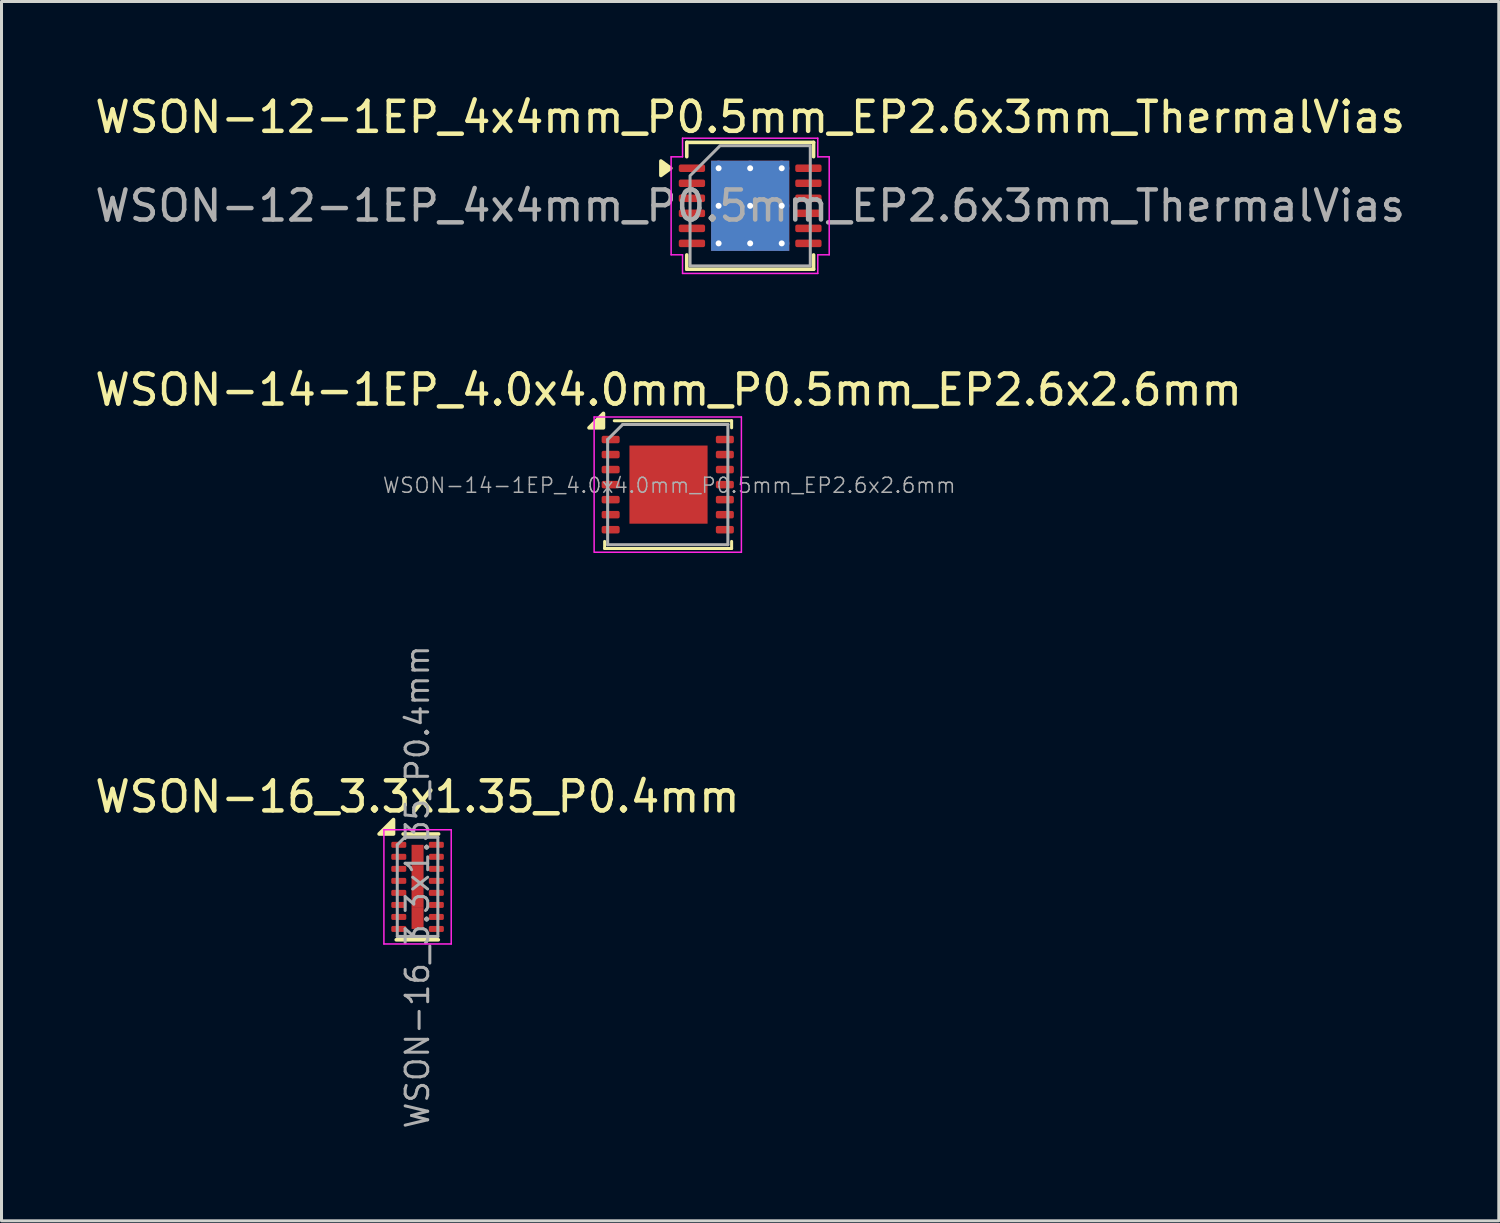
<source format=kicad_pcb>
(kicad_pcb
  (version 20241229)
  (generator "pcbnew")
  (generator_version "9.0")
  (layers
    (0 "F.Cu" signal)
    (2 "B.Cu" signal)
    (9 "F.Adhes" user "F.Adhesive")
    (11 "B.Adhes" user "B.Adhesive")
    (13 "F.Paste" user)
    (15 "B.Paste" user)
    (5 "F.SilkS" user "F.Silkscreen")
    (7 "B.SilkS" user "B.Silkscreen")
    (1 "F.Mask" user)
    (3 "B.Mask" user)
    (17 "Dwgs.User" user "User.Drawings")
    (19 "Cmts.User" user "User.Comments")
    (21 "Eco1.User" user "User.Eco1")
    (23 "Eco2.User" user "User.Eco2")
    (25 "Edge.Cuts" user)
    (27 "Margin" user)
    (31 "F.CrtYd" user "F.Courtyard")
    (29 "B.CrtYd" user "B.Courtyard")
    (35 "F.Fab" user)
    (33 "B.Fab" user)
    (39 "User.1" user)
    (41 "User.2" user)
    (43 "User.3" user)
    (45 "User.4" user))
  (footprint "WSON-14-1EP_4.0x4.0mm_P0.5mm_EP2.6x2.6mm"
    (layer "F.Cu")
    (at 19.169 13.075)
    (property "Reference" "WSON-14-1EP_4.0x4.0mm_P0.5mm_EP2.6x2.6mm" (at 0.027 -3.153 0) (layer "F.SilkS") (effects (font (size 1 1) (thickness 0.15))))
    (attr smd)
    (fp_line (start -2.1 1.89) (end -2.1 2.125) (stroke (width 0.1) (type solid)) (layer "F.SilkS"))
    (fp_line (start 2.125 -2.125) (end -1.78 -2.125) (stroke (width 0.1) (type solid)) (layer "F.SilkS"))
    (fp_line (start 2.125 -2.125) (end 2.125 -1.89) (stroke (width 0.1) (type solid)) (layer "F.SilkS"))
    (fp_line (start 2.125 1.89) (end 2.125 2.125) (stroke (width 0.1) (type solid)) (layer "F.SilkS"))
    (fp_line (start 2.125 2.125) (end -2.1 2.125) (stroke (width 0.1) (type solid)) (layer "F.SilkS"))
    (fp_poly (pts (xy -2.14 -1.89) (xy -2.62 -1.89) (xy -2.14 -2.37) (xy -2.14 -1.89)) (stroke (width 0.12) (type solid)) (fill yes) (layer "F.SilkS"))
    (fp_line (start -2.45 -2.25) (end 2.45 -2.25) (stroke (width 0.05) (type solid)) (layer "F.CrtYd"))
    (fp_line (start -2.45 2.25) (end -2.45 -2.25) (stroke (width 0.05) (type solid)) (layer "F.CrtYd"))
    (fp_line (start 2.45 -2.25) (end 2.45 2.25) (stroke (width 0.05) (type solid)) (layer "F.CrtYd"))
    (fp_line (start 2.45 2.25) (end -2.44 2.25) (stroke (width 0.05) (type solid)) (layer "F.CrtYd"))
    (fp_line (start -2 -1.5) (end -2 2) (stroke (width 0.1) (type solid)) (layer "F.Fab"))
    (fp_line (start -2 -1.5) (end -1.5 -2) (stroke (width 0.1) (type solid)) (layer "F.Fab"))
    (fp_line (start -2 2) (end 2 2) (stroke (width 0.1) (type solid)) (layer "F.Fab"))
    (fp_line (start -1 -2) (end 2 -2) (stroke (width 0.1) (type solid)) (layer "F.Fab"))
    (fp_line (start 2 -2) (end -1.5 -2) (stroke (width 0.1) (type solid)) (layer "F.Fab"))
    (fp_line (start 2 2) (end 2 -2) (stroke (width 0.1) (type solid)) (layer "F.Fab"))
    (fp_text user "${REFERENCE}" (at 0.05 0.025 0) (layer "F.Fab") (effects (font (size 0.5 0.5) (thickness 0.05))))
    (pad "" smd rect (at -0.65 -0.65 270) (size 1.05 1.05) (layers "F.Paste"))
    (pad "" smd rect (at -0.65 0.65 270) (size 1.05 1.05) (layers "F.Paste"))
    (pad "" smd rect (at 0.65 -0.65 270) (size 1.05 1.05) (layers "F.Paste"))
    (pad "" smd rect (at 0.65 0.65 270) (size 1.05 1.05) (layers "F.Paste"))
    (pad "1" smd roundrect (at -1.9 -1.5 270) (size 0.25 0.6) (layers "F.Cu" "F.Mask" "F.Paste") (roundrect_rratio 0.25))
    (pad "2" smd roundrect (at -1.9 -1 270) (size 0.25 0.6) (layers "F.Cu" "F.Mask" "F.Paste") (roundrect_rratio 0.25))
    (pad "3" smd roundrect (at -1.9 -0.5 270) (size 0.25 0.6) (layers "F.Cu" "F.Mask" "F.Paste") (roundrect_rratio 0.25))
    (pad "4" smd roundrect (at -1.9 0 270) (size 0.25 0.6) (layers "F.Cu" "F.Mask" "F.Paste") (roundrect_rratio 0.25))
    (pad "5" smd roundrect (at -1.9 0.5 270) (size 0.25 0.6) (layers "F.Cu" "F.Mask" "F.Paste") (roundrect_rratio 0.25))
    (pad "6" smd roundrect (at -1.9 1 270) (size 0.25 0.6) (layers "F.Cu" "F.Mask" "F.Paste") (roundrect_rratio 0.25))
    (pad "7" smd roundrect (at -1.9 1.5 270) (size 0.25 0.6) (layers "F.Cu" "F.Mask" "F.Paste") (roundrect_rratio 0.25))
    (pad "8" smd roundrect (at 1.9 1.5 270) (size 0.25 0.6) (layers "F.Cu" "F.Mask" "F.Paste") (roundrect_rratio 0.25))
    (pad "9" smd roundrect (at 1.9 1 270) (size 0.25 0.6) (layers "F.Cu" "F.Mask" "F.Paste") (roundrect_rratio 0.25))
    (pad "10" smd roundrect (at 1.9 0.5 270) (size 0.25 0.6) (layers "F.Cu" "F.Mask" "F.Paste") (roundrect_rratio 0.25))
    (pad "11" smd roundrect (at 1.9 0 270) (size 0.25 0.6) (layers "F.Cu" "F.Mask" "F.Paste") (roundrect_rratio 0.25))
    (pad "12" smd roundrect (at 1.9 -0.5 270) (size 0.25 0.6) (layers "F.Cu" "F.Mask" "F.Paste") (roundrect_rratio 0.25))
    (pad "13" smd roundrect (at 1.9 -1 270) (size 0.25 0.6) (layers "F.Cu" "F.Mask" "F.Paste") (roundrect_rratio 0.25))
    (pad "14" smd roundrect (at 1.9 -1.5 270) (size 0.25 0.6) (layers "F.Cu" "F.Mask" "F.Paste") (roundrect_rratio 0.25))
    (pad "15" smd rect (at 0.025 0 270) (size 2.6 2.6) (layers "F.Cu" "F.Mask")))
  (footprint "WSON-12-1EP_4x4mm_P0.5mm_EP2.6x3mm_ThermalVias"
    (layer "F.Cu")
    (at 21.911 3.798)
    (property "Reference" "WSON-12-1EP_4x4mm_P0.5mm_EP2.6x3mm_ThermalVias" (at 0 -2.95 0) (layer "F.SilkS") (effects (font (size 1 1) (thickness 0.15))))
    (attr smd)
    (fp_line (start -2.11 -2.11) (end 2.11 -2.11) (stroke (width 0.12) (type solid)) (layer "F.SilkS"))
    (fp_line (start -2.11 -1.635) (end -2.11 -2.11) (stroke (width 0.12) (type solid)) (layer "F.SilkS"))
    (fp_line (start -2.11 2.11) (end -2.11 1.635) (stroke (width 0.12) (type solid)) (layer "F.SilkS"))
    (fp_line (start 2.11 -2.11) (end 2.11 -1.635) (stroke (width 0.12) (type solid)) (layer "F.SilkS"))
    (fp_line (start 2.11 1.635) (end 2.11 2.11) (stroke (width 0.12) (type solid)) (layer "F.SilkS"))
    (fp_line (start 2.11 2.11) (end -2.11 2.11) (stroke (width 0.12) (type solid)) (layer "F.SilkS"))
    (fp_poly (pts (xy -2.64 -1.25) (xy -2.97 -1.01) (xy -2.97 -1.49)) (stroke (width 0.12) (type solid)) (fill yes) (layer "F.SilkS"))
    (fp_line (start -2.63 -1.63) (end -2.25 -1.63) (stroke (width 0.05) (type solid)) (layer "F.CrtYd"))
    (fp_line (start -2.63 1.63) (end -2.63 -1.63) (stroke (width 0.05) (type solid)) (layer "F.CrtYd"))
    (fp_line (start -2.25 -2.25) (end 2.25 -2.25) (stroke (width 0.05) (type solid)) (layer "F.CrtYd"))
    (fp_line (start -2.25 -1.63) (end -2.25 -2.25) (stroke (width 0.05) (type solid)) (layer "F.CrtYd"))
    (fp_line (start -2.25 1.63) (end -2.63 1.63) (stroke (width 0.05) (type solid)) (layer "F.CrtYd"))
    (fp_line (start -2.25 2.25) (end -2.25 1.63) (stroke (width 0.05) (type solid)) (layer "F.CrtYd"))
    (fp_line (start 2.25 -2.25) (end 2.25 -1.63) (stroke (width 0.05) (type solid)) (layer "F.CrtYd"))
    (fp_line (start 2.25 -1.63) (end 2.63 -1.63) (stroke (width 0.05) (type solid)) (layer "F.CrtYd"))
    (fp_line (start 2.25 1.63) (end 2.25 2.25) (stroke (width 0.05) (type solid)) (layer "F.CrtYd"))
    (fp_line (start 2.25 2.25) (end -2.25 2.25) (stroke (width 0.05) (type solid)) (layer "F.CrtYd"))
    (fp_line (start 2.63 -1.63) (end 2.63 1.63) (stroke (width 0.05) (type solid)) (layer "F.CrtYd"))
    (fp_line (start 2.63 1.63) (end 2.25 1.63) (stroke (width 0.05) (type solid)) (layer "F.CrtYd"))
    (fp_poly (pts (xy -2 -1) (xy -2 2) (xy 2 2) (xy 2 -2) (xy -1 -2)) (stroke (width 0.1) (type solid)) (fill no) (layer "F.Fab"))
    (fp_text user "${REFERENCE}" (at 0 0 0) (layer "F.Fab") (effects (font (size 1 1) (thickness 0.15))))
    (pad "" smd roundrect (at -0.65 -0.75) (size 1.13 1.3) (layers "F.Paste") (roundrect_rratio 0.221))
    (pad "" smd roundrect (at -0.65 0.75) (size 1.13 1.3) (layers "F.Paste") (roundrect_rratio 0.221))
    (pad "" smd roundrect (at 0.65 -0.75) (size 1.13 1.3) (layers "F.Paste") (roundrect_rratio 0.221))
    (pad "" smd roundrect (at 0.65 0.75) (size 1.13 1.3) (layers "F.Paste") (roundrect_rratio 0.221))
    (pad "1" smd roundrect (at -1.938 -1.25) (size 0.875 0.25) (layers "F.Cu" "F.Mask" "F.Paste") (roundrect_rratio 0.25))
    (pad "2" smd roundrect (at -1.938 -0.75) (size 0.875 0.25) (layers "F.Cu" "F.Mask" "F.Paste") (roundrect_rratio 0.25))
    (pad "3" smd roundrect (at -1.938 -0.25) (size 0.875 0.25) (layers "F.Cu" "F.Mask" "F.Paste") (roundrect_rratio 0.25))
    (pad "4" smd roundrect (at -1.938 0.25) (size 0.875 0.25) (layers "F.Cu" "F.Mask" "F.Paste") (roundrect_rratio 0.25))
    (pad "5" smd roundrect (at -1.938 0.75) (size 0.875 0.25) (layers "F.Cu" "F.Mask" "F.Paste") (roundrect_rratio 0.25))
    (pad "6" smd roundrect (at -1.938 1.25) (size 0.875 0.25) (layers "F.Cu" "F.Mask" "F.Paste") (roundrect_rratio 0.25))
    (pad "7" smd roundrect (at 1.938 1.25) (size 0.875 0.25) (layers "F.Cu" "F.Mask" "F.Paste") (roundrect_rratio 0.25))
    (pad "8" smd roundrect (at 1.938 0.75) (size 0.875 0.25) (layers "F.Cu" "F.Mask" "F.Paste") (roundrect_rratio 0.25))
    (pad "9" smd roundrect (at 1.938 0.25) (size 0.875 0.25) (layers "F.Cu" "F.Mask" "F.Paste") (roundrect_rratio 0.25))
    (pad "10" smd roundrect (at 1.938 -0.25) (size 0.875 0.25) (layers "F.Cu" "F.Mask" "F.Paste") (roundrect_rratio 0.25))
    (pad "11" smd roundrect (at 1.938 -0.75) (size 0.875 0.25) (layers "F.Cu" "F.Mask" "F.Paste") (roundrect_rratio 0.25))
    (pad "12" smd roundrect (at 1.938 -1.25) (size 0.875 0.25) (layers "F.Cu" "F.Mask" "F.Paste") (roundrect_rratio 0.25))
    (pad "13" thru_hole circle (at -1.05 -1.25) (size 0.5 0.5) (drill 0.2) (property pad_prop_heatsink) (layers "*.Cu"))
    (pad "13" thru_hole circle (at -1.05 0) (size 0.5 0.5) (drill 0.2) (property pad_prop_heatsink) (layers "*.Cu"))
    (pad "13" thru_hole circle (at -1.05 1.25) (size 0.5 0.5) (drill 0.2) (property pad_prop_heatsink) (layers "*.Cu"))
    (pad "13" thru_hole circle (at 0 -1.25) (size 0.5 0.5) (drill 0.2) (property pad_prop_heatsink) (layers "*.Cu"))
    (pad "13" thru_hole circle (at 0 0) (size 0.5 0.5) (drill 0.2) (property pad_prop_heatsink) (layers "*.Cu"))
    (pad "13" smd rect (at 0 0) (size 2.6 3) (property pad_prop_heatsink) (layers "F.Cu" "F.Mask"))
    (pad "13" smd rect (at 0 0) (size 2.6 3) (property pad_prop_heatsink) (layers "B.Cu"))
    (pad "13" thru_hole circle (at 0 1.25) (size 0.5 0.5) (drill 0.2) (property pad_prop_heatsink) (layers "*.Cu"))
    (pad "13" thru_hole circle (at 1.05 -1.25) (size 0.5 0.5) (drill 0.2) (property pad_prop_heatsink) (layers "*.Cu"))
    (pad "13" thru_hole circle (at 1.05 0) (size 0.5 0.5) (drill 0.2) (property pad_prop_heatsink) (layers "*.Cu"))
    (pad "13" thru_hole circle (at 1.05 1.25) (size 0.5 0.5) (drill 0.2) (property pad_prop_heatsink) (layers "*.Cu")))
  (footprint "WSON-16_3.3x1.35_P0.4mm"
    (layer "F.Cu")
    (at 10.844 26.46)
    (property "Reference" "WSON-16_3.3x1.35_P0.4mm" (at -0.005 -3 0) (layer "F.SilkS") (effects (font (size 1 1) (thickness 0.15))))
    (attr smd)
    (fp_line (start 0.69 1.76) (end -0.71 1.76) (stroke (width 0.12) (type solid)) (layer "F.SilkS"))
    (fp_line (start 0.7 -1.76) (end -0.48 -1.76) (stroke (width 0.12) (type solid)) (layer "F.SilkS"))
    (fp_poly (pts (xy -0.8 -1.76) (xy -1.28 -1.76) (xy -0.8 -2.24) (xy -0.8 -1.76)) (stroke (width 0.12) (type solid)) (fill yes) (layer "F.SilkS"))
    (fp_line (start -1.12 -1.9) (end 1.12 -1.9) (stroke (width 0.05) (type solid)) (layer "F.CrtYd"))
    (fp_line (start -1.12 1.9) (end -1.12 -1.9) (stroke (width 0.05) (type solid)) (layer "F.CrtYd"))
    (fp_line (start 1.12 -1.9) (end 1.12 1.9) (stroke (width 0.05) (type solid)) (layer "F.CrtYd"))
    (fp_line (start 1.12 1.9) (end -1.12 1.9) (stroke (width 0.05) (type solid)) (layer "F.CrtYd"))
    (fp_line (start -0.675 1.65) (end -0.675 -1.4) (stroke (width 0.1) (type solid)) (layer "F.Fab"))
    (fp_line (start -0.425 -1.65) (end -0.675 -1.4) (stroke (width 0.1) (type solid)) (layer "F.Fab"))
    (fp_line (start -0.425 -1.65) (end 0.675 -1.65) (stroke (width 0.1) (type solid)) (layer "F.Fab"))
    (fp_line (start 0.675 -1.65) (end 0.675 1.65) (stroke (width 0.1) (type solid)) (layer "F.Fab"))
    (fp_line (start 0.675 1.65) (end -0.675 1.65) (stroke (width 0.1) (type solid)) (layer "F.Fab"))
    (fp_text user "${REFERENCE}" (at -0.005 0 90) (layer "F.Fab") (effects (font (size 0.75 0.75) (thickness 0.1))))
    (pad "1" smd roundrect (at -0.625 -1.4 270) (size 0.2 0.5) (layers "F.Cu" "F.Mask" "F.Paste") (roundrect_rratio 0.25))
    (pad "2" smd roundrect (at -0.625 -1 270) (size 0.2 0.5) (layers "F.Cu" "F.Mask" "F.Paste") (roundrect_rratio 0.25))
    (pad "3" smd roundrect (at -0.625 -0.6 270) (size 0.2 0.5) (layers "F.Cu" "F.Mask" "F.Paste") (roundrect_rratio 0.25))
    (pad "4" smd roundrect (at -0.625 -0.2 270) (size 0.2 0.5) (layers "F.Cu" "F.Mask" "F.Paste") (roundrect_rratio 0.25))
    (pad "5" smd roundrect (at -0.625 0.2 270) (size 0.2 0.5) (layers "F.Cu" "F.Mask" "F.Paste") (roundrect_rratio 0.25))
    (pad "6" smd roundrect (at -0.625 0.6 270) (size 0.2 0.5) (layers "F.Cu" "F.Mask" "F.Paste") (roundrect_rratio 0.25))
    (pad "7" smd roundrect (at -0.625 1 270) (size 0.2 0.5) (layers "F.Cu" "F.Mask" "F.Paste") (roundrect_rratio 0.25))
    (pad "8" smd roundrect (at -0.625 1.4 270) (size 0.2 0.5) (layers "F.Cu" "F.Mask" "F.Paste") (roundrect_rratio 0.25))
    (pad "9" smd roundrect (at 0.625 1.4 270) (size 0.2 0.5) (layers "F.Cu" "F.Mask" "F.Paste") (roundrect_rratio 0.25))
    (pad "10" smd roundrect (at 0.625 1 270) (size 0.2 0.5) (layers "F.Cu" "F.Mask" "F.Paste") (roundrect_rratio 0.25))
    (pad "11" smd roundrect (at 0.625 0.6 270) (size 0.2 0.5) (layers "F.Cu" "F.Mask" "F.Paste") (roundrect_rratio 0.25))
    (pad "12" smd roundrect (at 0.625 0.2 270) (size 0.2 0.5) (layers "F.Cu" "F.Mask" "F.Paste") (roundrect_rratio 0.25))
    (pad "13" smd roundrect (at 0.625 -0.2 270) (size 0.2 0.5) (layers "F.Cu" "F.Mask" "F.Paste") (roundrect_rratio 0.25))
    (pad "14" smd roundrect (at 0.625 -0.6 270) (size 0.2 0.5) (layers "F.Cu" "F.Mask" "F.Paste") (roundrect_rratio 0.25))
    (pad "15" smd roundrect (at 0.625 -1 270) (size 0.2 0.5) (layers "F.Cu" "F.Mask" "F.Paste") (roundrect_rratio 0.25))
    (pad "16" smd roundrect (at 0.625 -1.4 270) (size 0.2 0.5) (layers "F.Cu" "F.Mask" "F.Paste") (roundrect_rratio 0.25))
    (pad "17" smd rect (at 0 -1.05 270) (size 0.7 0.4) (layers "F.Cu" "F.Mask" "F.Paste"))
    (pad "17" smd rect (at 0 -0.35 270) (size 0.7 0.4) (layers "F.Cu" "F.Mask" "F.Paste"))
    (pad "17" smd rect (at 0 0.35 270) (size 0.7 0.4) (layers "F.Cu" "F.Mask" "F.Paste"))
    (pad "17" smd rect (at 0 1.05 270) (size 0.7 0.4) (layers "F.Cu" "F.Mask" "F.Paste")))
  (gr_rect
    (start -3 -3)
    (end 46.821 37.571)
    (stroke (width 0.1) (type default))
    (fill no)
    (layer "Edge.Cuts")))
</source>
